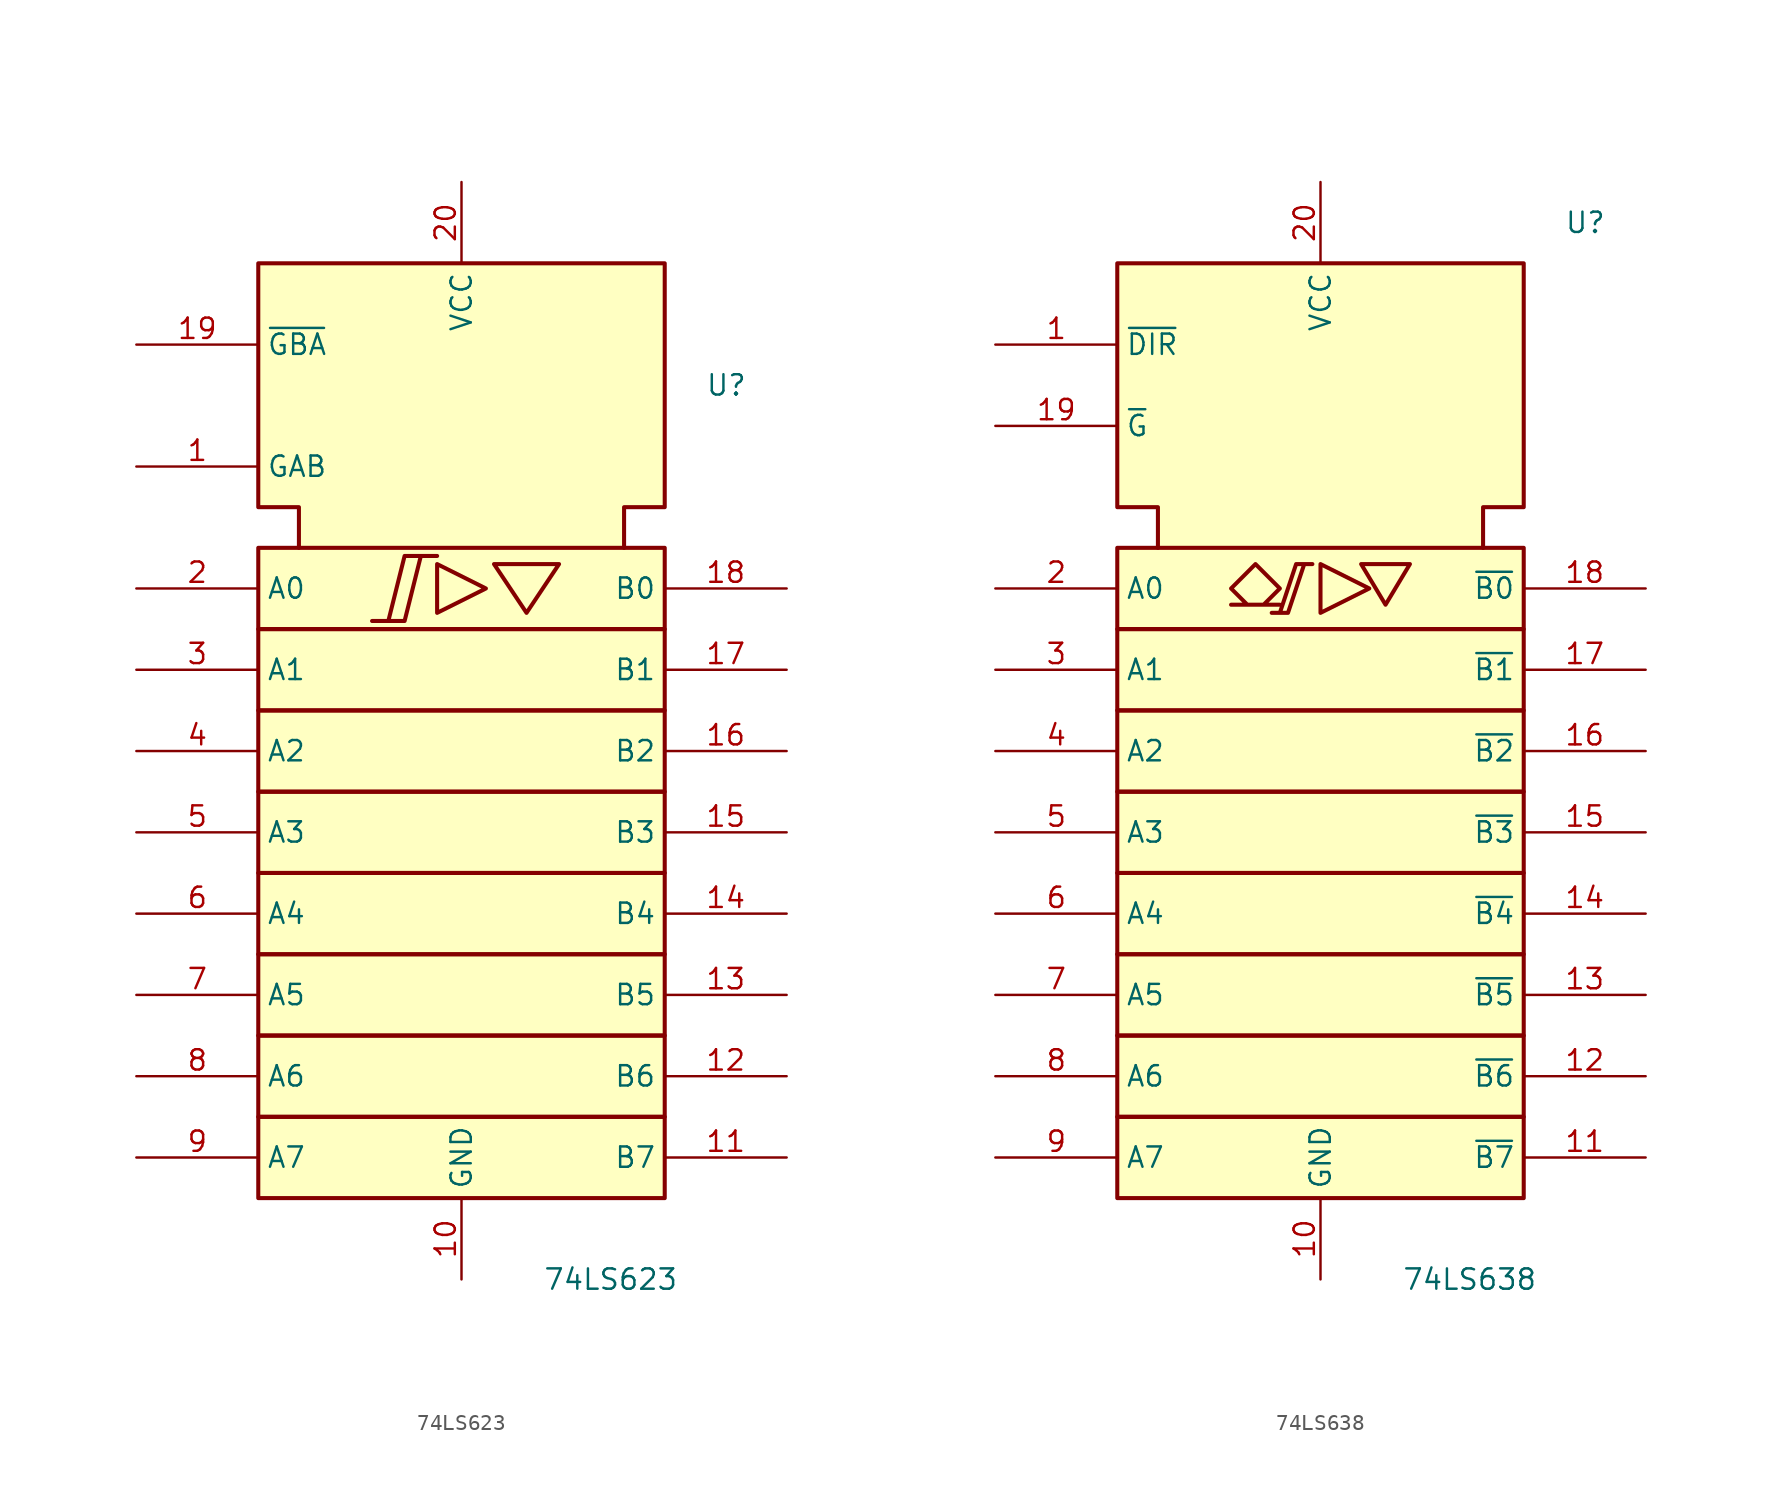
<source format=kicad_sym>
(kicad_symbol_lib
  (version 20241209)
  (generator "kicad_symbol_editor")
  (generator_version "9.0")
  (symbol "74LS623"
    (property "Reference" "U"
      (at 15.24 38.1 0)
      (effects (font (size 1.27 1.27)) (justify left)))
    (property "Value" "74LS623"
      (at 5.08 -17.78 0)
      (effects (font (size 1.27 1.27)) (justify left)))
    (symbol "74LS623_0_0"
      (polyline (pts (xy -5.588 23.368) (xy -3.556 23.368) (xy -2.54 27.432) (xy -1.524 27.432) (xy -3.556 27.432) (xy -4.572 23.368) (xy -4.572 23.368)) (stroke (width 0.254) (type default)) (fill (type background)))
      (polyline (pts (xy -1.524 26.924) (xy -1.524 23.876) (xy 1.524 25.4) (xy -1.524 26.924) (xy -1.524 26.924)) (stroke (width 0.254) (type default)) (fill (type background)))
      (polyline (pts (xy 2.032 26.924) (xy 6.096 26.924) (xy 4.064 23.876) (xy 2.032 26.924) (xy 2.032 26.924)) (stroke (width 0.254) (type default)) (fill (type background)))
      (pin power_in line (at 0 50.8 270) (length 5.08) (name "VCC" (effects (font (size 1.27 1.27)))) (number "20" (effects (font (size 1.27 1.27)))))
      (pin power_in line (at 0 -17.78 90) (length 5.08) (name "GND" (effects (font (size 1.27 1.27)))) (number "10" (effects (font (size 1.27 1.27))))))
    (symbol "74LS623_0_1"
      (rectangle (start -12.7 27.94) (end 12.7 22.86) (stroke (width 0.254) (type default)) (fill (type background)))
      (rectangle (start -12.7 22.86) (end 12.7 17.78) (stroke (width 0.254) (type default)) (fill (type background)))
      (rectangle (start -12.7 17.78) (end 12.7 12.7) (stroke (width 0.254) (type default)) (fill (type background)))
      (rectangle (start -12.7 12.7) (end 12.7 7.62) (stroke (width 0.254) (type default)) (fill (type background)))
      (rectangle (start -12.7 7.62) (end 12.7 2.54) (stroke (width 0.254) (type default)) (fill (type background)))
      (rectangle (start -12.7 2.54) (end 12.7 -2.54) (stroke (width 0.254) (type default)) (fill (type background)))
      (rectangle (start -12.7 -2.54) (end 12.7 -7.62) (stroke (width 0.254) (type default)) (fill (type background)))
      (rectangle (start -12.7 -7.62) (end 12.7 -12.7) (stroke (width 0.254) (type default)) (fill (type background)))
      (polyline (pts (xy -10.16 27.94) (xy -10.16 30.48) (xy -12.7 30.48) (xy -12.7 45.72) (xy 12.7 45.72) (xy 12.7 30.48) (xy 10.16 30.48) (xy 10.16 27.94) (xy 10.16 27.94)) (stroke (width 0.254) (type default)) (fill (type background))))
    (symbol "74LS623_1_1"
      (pin input line (at -20.32 40.64 0) (length 7.62) (name "~{GBA}" (effects (font (size 1.27 1.27)))) (number "19" (effects (font (size 1.27 1.27)))))
      (pin input line (at -20.32 33.02 0) (length 7.62) (name "GAB" (effects (font (size 1.27 1.27)))) (number "1" (effects (font (size 1.27 1.27)))))
      (pin tri_state line (at -20.32 25.4 0) (length 7.62) (name "A0" (effects (font (size 1.27 1.27)))) (number "2" (effects (font (size 1.27 1.27)))))
      (pin tri_state line (at -20.32 20.32 0) (length 7.62) (name "A1" (effects (font (size 1.27 1.27)))) (number "3" (effects (font (size 1.27 1.27)))))
      (pin tri_state line (at -20.32 15.24 0) (length 7.62) (name "A2" (effects (font (size 1.27 1.27)))) (number "4" (effects (font (size 1.27 1.27)))))
      (pin tri_state line (at -20.32 10.16 0) (length 7.62) (name "A3" (effects (font (size 1.27 1.27)))) (number "5" (effects (font (size 1.27 1.27)))))
      (pin tri_state line (at -20.32 5.08 0) (length 7.62) (name "A4" (effects (font (size 1.27 1.27)))) (number "6" (effects (font (size 1.27 1.27)))))
      (pin tri_state line (at -20.32 0 0) (length 7.62) (name "A5" (effects (font (size 1.27 1.27)))) (number "7" (effects (font (size 1.27 1.27)))))
      (pin tri_state line (at -20.32 -5.08 0) (length 7.62) (name "A6" (effects (font (size 1.27 1.27)))) (number "8" (effects (font (size 1.27 1.27)))))
      (pin tri_state line (at -20.32 -10.16 0) (length 7.62) (name "A7" (effects (font (size 1.27 1.27)))) (number "9" (effects (font (size 1.27 1.27)))))
      (pin tri_state line (at 20.32 25.4 180) (length 7.62) (name "B0" (effects (font (size 1.27 1.27)))) (number "18" (effects (font (size 1.27 1.27)))))
      (pin tri_state line (at 20.32 20.32 180) (length 7.62) (name "B1" (effects (font (size 1.27 1.27)))) (number "17" (effects (font (size 1.27 1.27)))))
      (pin tri_state line (at 20.32 15.24 180) (length 7.62) (name "B2" (effects (font (size 1.27 1.27)))) (number "16" (effects (font (size 1.27 1.27)))))
      (pin tri_state line (at 20.32 10.16 180) (length 7.62) (name "B3" (effects (font (size 1.27 1.27)))) (number "15" (effects (font (size 1.27 1.27)))))
      (pin tri_state line (at 20.32 5.08 180) (length 7.62) (name "B4" (effects (font (size 1.27 1.27)))) (number "14" (effects (font (size 1.27 1.27)))))
      (pin tri_state line (at 20.32 0 180) (length 7.62) (name "B5" (effects (font (size 1.27 1.27)))) (number "13" (effects (font (size 1.27 1.27)))))
      (pin tri_state line (at 20.32 -5.08 180) (length 7.62) (name "B6" (effects (font (size 1.27 1.27)))) (number "12" (effects (font (size 1.27 1.27)))))
      (pin tri_state line (at 20.32 -10.16 180) (length 7.62) (name "B7" (effects (font (size 1.27 1.27)))) (number "11" (effects (font (size 1.27 1.27)))))))
  (symbol "74LS638"
    (property "Reference" "U"
      (at 15.24 35.56 0)
      (effects (font (size 1.27 1.27)) (justify left)))
    (property "Value" "74LS638"
      (at 5.08 -30.48 0)
      (effects (font (size 1.27 1.27)) (justify left)))
    (symbol "74LS638_0_0"
      (polyline (pts (xy -4.064 14.224) (xy -5.588 12.7) (xy -4.572 11.684) (xy -5.588 11.684) (xy -2.54 11.684) (xy -3.556 11.684) (xy -2.54 12.7) (xy -4.064 14.224) (xy -4.064 14.224)) (stroke (width 0.254) (type default)) (fill (type background)))
      (polyline (pts (xy -3.048 11.176) (xy -2.032 11.176) (xy -1.016 14.224) (xy -0.508 14.224) (xy -1.524 14.224) (xy -2.54 11.176) (xy -2.54 11.176)) (stroke (width 0.254) (type default)) (fill (type background)))
      (polyline (pts (xy 0 14.224) (xy 0 11.176) (xy 3.048 12.7) (xy 0 14.224) (xy 0 14.224)) (stroke (width 0.254) (type default)) (fill (type background)))
      (polyline (pts (xy 2.54 14.224) (xy 5.588 14.224) (xy 4.064 11.684) (xy 2.54 14.224) (xy 2.54 14.224)) (stroke (width 0.254) (type default)) (fill (type background)))
      (pin power_in line (at 0 38.1 270) (length 5.08) (name "VCC" (effects (font (size 1.27 1.27)))) (number "20" (effects (font (size 1.27 1.27)))))
      (pin power_in line (at 0 -30.48 90) (length 5.08) (name "GND" (effects (font (size 1.27 1.27)))) (number "10" (effects (font (size 1.27 1.27))))))
    (symbol "74LS638_0_1"
      (rectangle (start -12.7 15.24) (end 12.7 10.16) (stroke (width 0.254) (type default)) (fill (type background)))
      (rectangle (start -12.7 10.16) (end 12.7 5.08) (stroke (width 0.254) (type default)) (fill (type background)))
      (rectangle (start -12.7 5.08) (end 12.7 0) (stroke (width 0.254) (type default)) (fill (type background)))
      (rectangle (start -12.7 0) (end 12.7 -5.08) (stroke (width 0.254) (type default)) (fill (type background)))
      (rectangle (start -12.7 -5.08) (end 12.7 -10.16) (stroke (width 0.254) (type default)) (fill (type background)))
      (rectangle (start -12.7 -10.16) (end 12.7 -15.24) (stroke (width 0.254) (type default)) (fill (type background)))
      (rectangle (start -12.7 -15.24) (end 12.7 -20.32) (stroke (width 0.254) (type default)) (fill (type background)))
      (rectangle (start -12.7 -20.32) (end 12.7 -25.4) (stroke (width 0.254) (type default)) (fill (type background)))
      (polyline (pts (xy -10.16 15.24) (xy -10.16 17.78) (xy -12.7 17.78) (xy -12.7 33.02) (xy 12.7 33.02) (xy 12.7 17.78) (xy 10.16 17.78) (xy 10.16 15.24) (xy 10.16 15.24)) (stroke (width 0.254) (type default)) (fill (type background))))
    (symbol "74LS638_1_1"
      (pin input line (at -20.32 27.94 0) (length 7.62) (name "~{DIR}" (effects (font (size 1.27 1.27)))) (number "1" (effects (font (size 1.27 1.27)))))
      (pin input line (at -20.32 22.86 0) (length 7.62) (name "~{G}" (effects (font (size 1.27 1.27)))) (number "19" (effects (font (size 1.27 1.27)))))
      (pin tri_state line (at -20.32 12.7 0) (length 7.62) (name "A0" (effects (font (size 1.27 1.27)))) (number "2" (effects (font (size 1.27 1.27)))))
      (pin tri_state line (at -20.32 7.62 0) (length 7.62) (name "A1" (effects (font (size 1.27 1.27)))) (number "3" (effects (font (size 1.27 1.27)))))
      (pin tri_state line (at -20.32 2.54 0) (length 7.62) (name "A2" (effects (font (size 1.27 1.27)))) (number "4" (effects (font (size 1.27 1.27)))))
      (pin tri_state line (at -20.32 -2.54 0) (length 7.62) (name "A3" (effects (font (size 1.27 1.27)))) (number "5" (effects (font (size 1.27 1.27)))))
      (pin tri_state line (at -20.32 -7.62 0) (length 7.62) (name "A4" (effects (font (size 1.27 1.27)))) (number "6" (effects (font (size 1.27 1.27)))))
      (pin tri_state line (at -20.32 -12.7 0) (length 7.62) (name "A5" (effects (font (size 1.27 1.27)))) (number "7" (effects (font (size 1.27 1.27)))))
      (pin tri_state line (at -20.32 -17.78 0) (length 7.62) (name "A6" (effects (font (size 1.27 1.27)))) (number "8" (effects (font (size 1.27 1.27)))))
      (pin tri_state line (at -20.32 -22.86 0) (length 7.62) (name "A7" (effects (font (size 1.27 1.27)))) (number "9" (effects (font (size 1.27 1.27)))))
      (pin tri_state line (at 20.32 12.7 180) (length 7.62) (name "~{B0}" (effects (font (size 1.27 1.27)))) (number "18" (effects (font (size 1.27 1.27)))))
      (pin tri_state line (at 20.32 7.62 180) (length 7.62) (name "~{B1}" (effects (font (size 1.27 1.27)))) (number "17" (effects (font (size 1.27 1.27)))))
      (pin tri_state line (at 20.32 2.54 180) (length 7.62) (name "~{B2}" (effects (font (size 1.27 1.27)))) (number "16" (effects (font (size 1.27 1.27)))))
      (pin tri_state line (at 20.32 -2.54 180) (length 7.62) (name "~{B3}" (effects (font (size 1.27 1.27)))) (number "15" (effects (font (size 1.27 1.27)))))
      (pin tri_state line (at 20.32 -7.62 180) (length 7.62) (name "~{B4}" (effects (font (size 1.27 1.27)))) (number "14" (effects (font (size 1.27 1.27)))))
      (pin tri_state line (at 20.32 -12.7 180) (length 7.62) (name "~{B5}" (effects (font (size 1.27 1.27)))) (number "13" (effects (font (size 1.27 1.27)))))
      (pin tri_state line (at 20.32 -17.78 180) (length 7.62) (name "~{B6}" (effects (font (size 1.27 1.27)))) (number "12" (effects (font (size 1.27 1.27)))))
      (pin tri_state line (at 20.32 -22.86 180) (length 7.62) (name "~{B7}" (effects (font (size 1.27 1.27)))) (number "11" (effects (font (size 1.27 1.27))))))))
</source>
